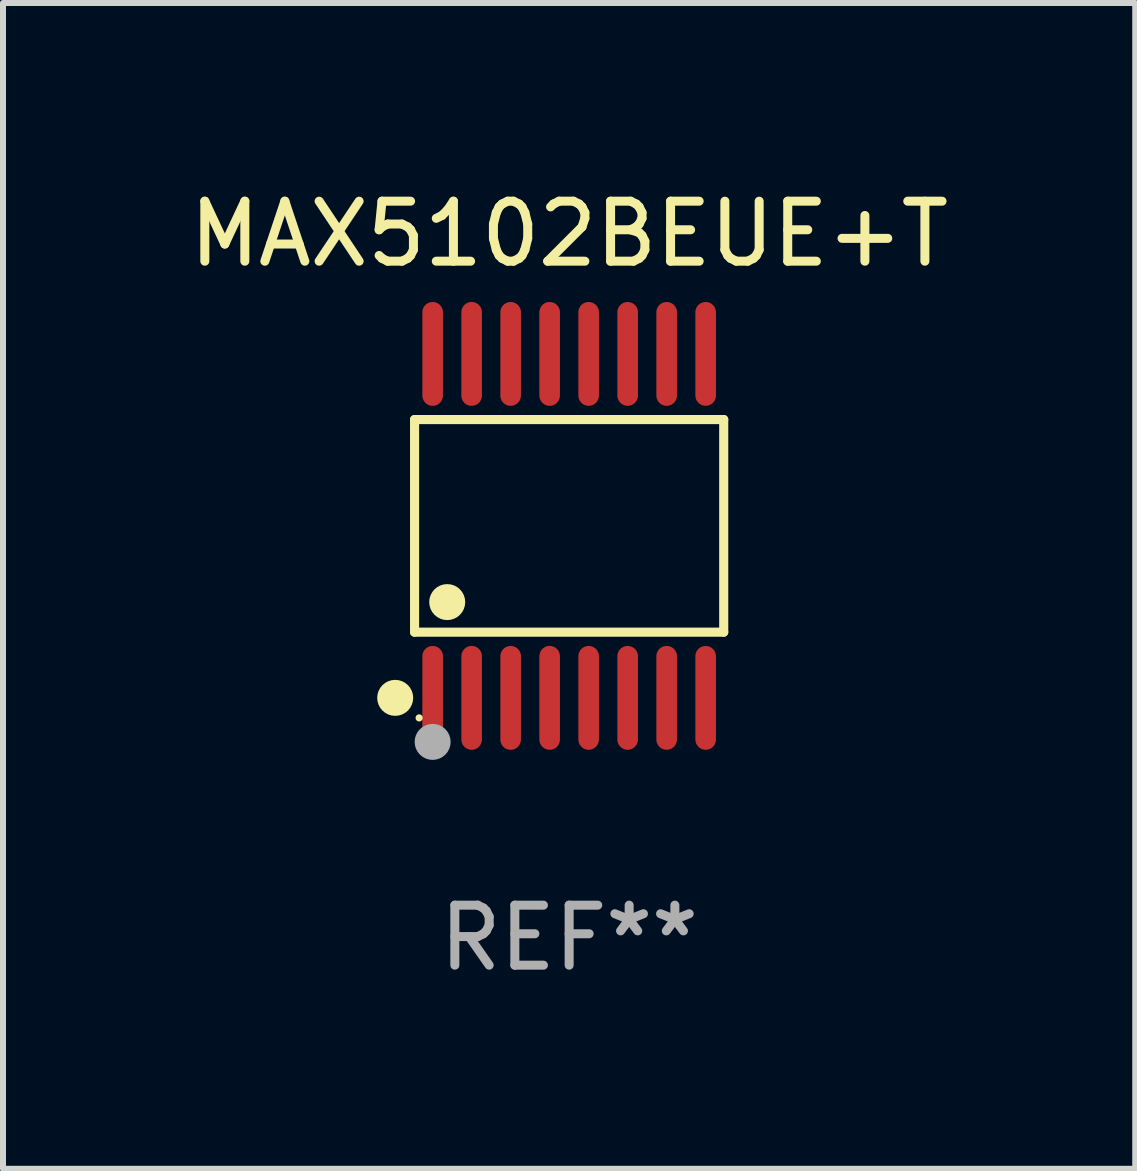
<source format=kicad_pcb>
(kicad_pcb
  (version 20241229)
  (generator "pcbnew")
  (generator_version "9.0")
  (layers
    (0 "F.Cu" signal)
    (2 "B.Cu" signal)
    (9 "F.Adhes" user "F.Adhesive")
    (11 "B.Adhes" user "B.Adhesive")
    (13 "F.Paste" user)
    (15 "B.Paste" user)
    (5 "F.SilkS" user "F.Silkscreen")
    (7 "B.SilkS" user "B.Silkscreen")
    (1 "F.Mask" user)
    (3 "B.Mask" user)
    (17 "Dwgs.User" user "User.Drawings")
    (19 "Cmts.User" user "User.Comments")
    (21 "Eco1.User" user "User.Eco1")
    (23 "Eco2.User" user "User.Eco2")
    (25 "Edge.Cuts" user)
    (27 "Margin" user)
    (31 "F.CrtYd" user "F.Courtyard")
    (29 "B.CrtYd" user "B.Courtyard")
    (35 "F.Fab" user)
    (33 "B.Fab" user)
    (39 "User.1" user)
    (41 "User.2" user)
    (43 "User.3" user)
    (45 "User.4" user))
  (footprint "MAX5102BEUE+T"
    (layer "F.Cu")
    (at 6.435 5.714)
    (property "Reference" "MAX5102BEUE+T" (at 0 -4.866 0) (layer "F.SilkS") (effects (font (size 1 1) (thickness 0.15))))
    (attr through_hole)
    (fp_line (start -2.576 -1.772) (end 2.576 -1.772) (stroke (width 0.152) (type solid)) (layer "F.SilkS"))
    (fp_line (start -2.576 1.771) (end -2.576 -1.772) (stroke (width 0.152) (type solid)) (layer "F.SilkS"))
    (fp_line (start 2.576 -1.772) (end 2.576 1.771) (stroke (width 0.152) (type solid)) (layer "F.SilkS"))
    (fp_line (start 2.576 1.771) (end -2.576 1.771) (stroke (width 0.152) (type solid)) (layer "F.SilkS"))
    (fp_circle (center -2.899 2.866) (end -2.749 2.866) (stroke (width 0.3) (type solid)) (fill no) (layer "F.SilkS"))
    (fp_circle (center -2.5 3.2) (end -2.47 3.2) (stroke (width 0.06) (type solid)) (fill no) (layer "F.SilkS"))
    (fp_circle (center -2.032 1.27) (end -1.882 1.27) (stroke (width 0.3) (type solid)) (fill no) (layer "F.SilkS"))
    (fp_circle (center -2.275 3.6) (end -2.125 3.6) (stroke (width 0.3) (type solid)) (fill no) (layer "F.Fab"))
    (fp_text user "REF**" (at 0 6.866 0) (layer "F.Fab") (effects (font (size 1 1) (thickness 0.15))))
    (pad "1" smd oval (at -2.275 2.866) (size 0.343 1.731) (layers "F.Cu" "F.Mask" "F.Paste"))
    (pad "2" smd oval (at -1.625 2.866) (size 0.343 1.731) (layers "F.Cu" "F.Mask" "F.Paste"))
    (pad "3" smd oval (at -0.975 2.866) (size 0.343 1.731) (layers "F.Cu" "F.Mask" "F.Paste"))
    (pad "4" smd oval (at -0.325 2.866) (size 0.343 1.731) (layers "F.Cu" "F.Mask" "F.Paste"))
    (pad "5" smd oval (at 0.325 2.866) (size 0.343 1.731) (layers "F.Cu" "F.Mask" "F.Paste"))
    (pad "6" smd oval (at 0.975 2.866) (size 0.343 1.731) (layers "F.Cu" "F.Mask" "F.Paste"))
    (pad "7" smd oval (at 1.625 2.866) (size 0.343 1.731) (layers "F.Cu" "F.Mask" "F.Paste"))
    (pad "8" smd oval (at 2.275 2.866) (size 0.343 1.731) (layers "F.Cu" "F.Mask" "F.Paste"))
    (pad "9" smd oval (at 2.275 -2.866) (size 0.343 1.731) (layers "F.Cu" "F.Mask" "F.Paste"))
    (pad "10" smd oval (at 1.625 -2.866) (size 0.343 1.731) (layers "F.Cu" "F.Mask" "F.Paste"))
    (pad "11" smd oval (at 0.975 -2.866) (size 0.343 1.731) (layers "F.Cu" "F.Mask" "F.Paste"))
    (pad "12" smd oval (at 0.325 -2.866) (size 0.343 1.731) (layers "F.Cu" "F.Mask" "F.Paste"))
    (pad "13" smd oval (at -0.325 -2.866) (size 0.343 1.731) (layers "F.Cu" "F.Mask" "F.Paste"))
    (pad "14" smd oval (at -0.975 -2.866) (size 0.343 1.731) (layers "F.Cu" "F.Mask" "F.Paste"))
    (pad "15" smd oval (at -1.625 -2.866) (size 0.343 1.731) (layers "F.Cu" "F.Mask" "F.Paste"))
    (pad "16" smd oval (at -2.275 -2.866) (size 0.343 1.731) (layers "F.Cu" "F.Mask" "F.Paste")))
  (gr_rect
    (start -3 -3)
    (end 15.869 16.428)
    (stroke (width 0.1) (type default))
    (fill no)
    (layer "Edge.Cuts")))
</source>
